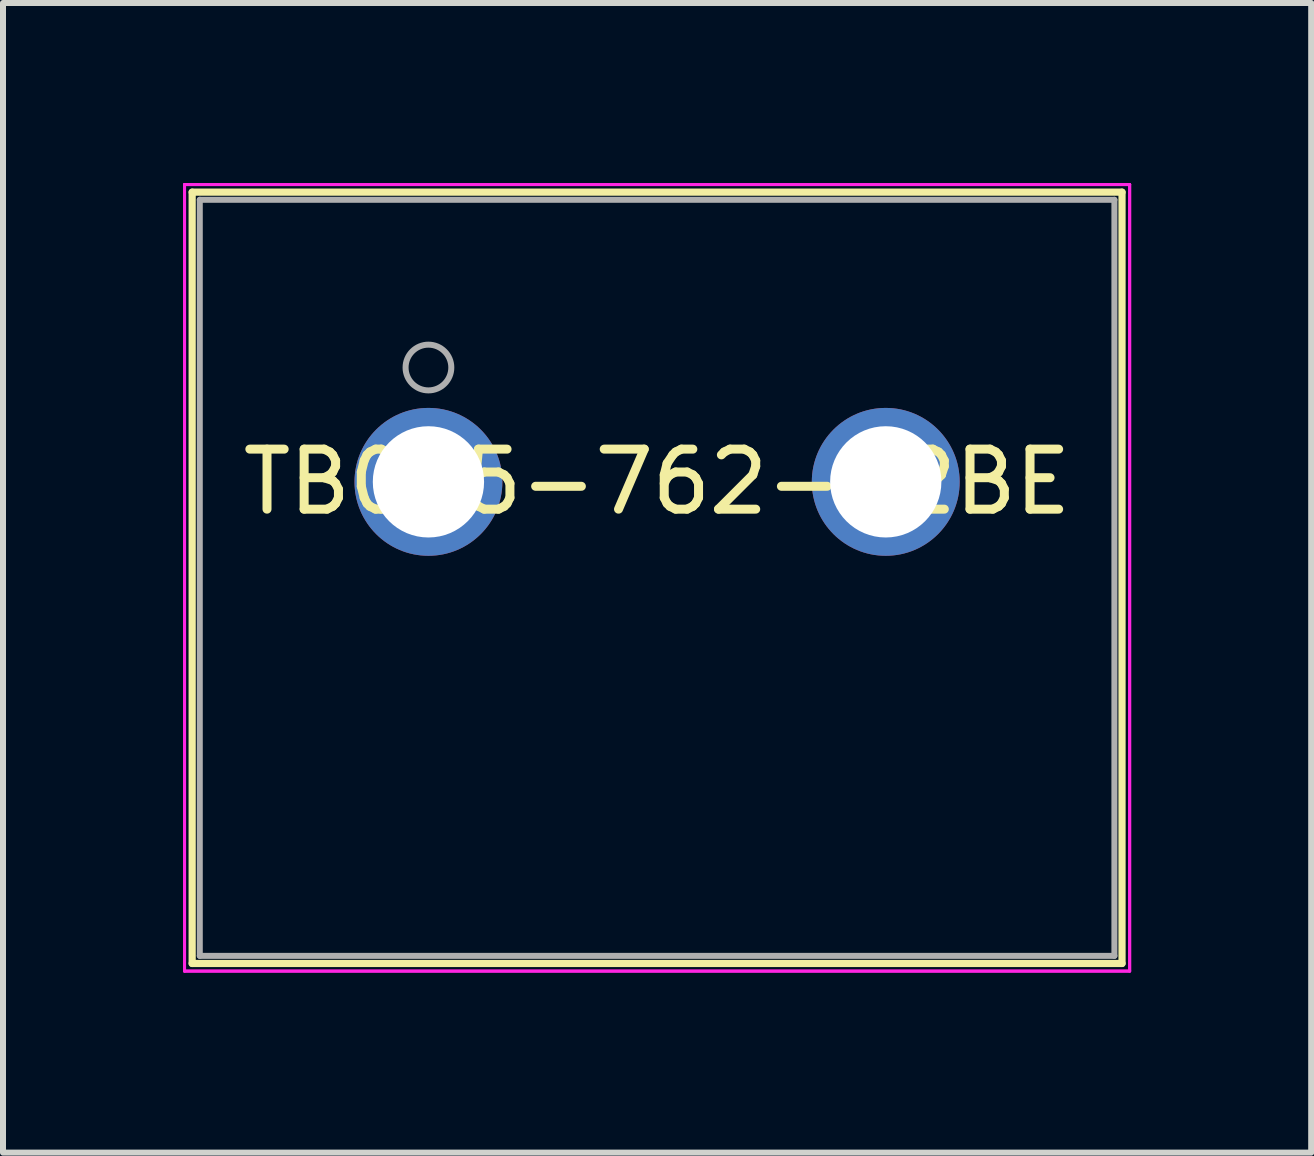
<source format=kicad_pcb>
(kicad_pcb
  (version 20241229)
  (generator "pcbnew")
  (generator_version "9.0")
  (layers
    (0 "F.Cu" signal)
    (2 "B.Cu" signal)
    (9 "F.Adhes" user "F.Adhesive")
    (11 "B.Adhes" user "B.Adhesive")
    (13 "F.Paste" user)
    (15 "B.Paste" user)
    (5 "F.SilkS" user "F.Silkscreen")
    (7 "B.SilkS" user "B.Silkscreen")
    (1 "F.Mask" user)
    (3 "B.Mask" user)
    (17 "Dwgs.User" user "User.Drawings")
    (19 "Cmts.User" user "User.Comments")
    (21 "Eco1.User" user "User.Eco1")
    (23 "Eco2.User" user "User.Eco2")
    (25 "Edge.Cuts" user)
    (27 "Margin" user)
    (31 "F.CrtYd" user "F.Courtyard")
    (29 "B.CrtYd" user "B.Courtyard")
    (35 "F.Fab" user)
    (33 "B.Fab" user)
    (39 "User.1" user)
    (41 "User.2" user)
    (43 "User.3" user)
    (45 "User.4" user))
  (footprint "TB005-762-02BE"
    (layer "F.Cu")
    (at 4.089 4.979)
    (property "Reference" "TB005-762-02BE" (at 3.81 0 0) (layer "F.SilkS") (effects (font (size 1 1) (thickness 0.15))))
    (attr through_hole)
    (fp_line (start -3.937 -4.827) (end -3.937 8.025) (stroke (width 0.12) (type solid)) (layer "F.SilkS"))
    (fp_line (start -3.937 8.025) (end 11.557 8.025) (stroke (width 0.12) (type solid)) (layer "F.SilkS"))
    (fp_line (start 11.557 -4.827) (end -3.937 -4.827) (stroke (width 0.12) (type solid)) (layer "F.SilkS"))
    (fp_line (start 11.557 8.025) (end 11.557 -4.827) (stroke (width 0.12) (type solid)) (layer "F.SilkS"))
    (fp_line (start -4.064 -4.954) (end -4.064 8.152) (stroke (width 0.05) (type solid)) (layer "F.CrtYd"))
    (fp_line (start -4.064 -4.954) (end -4.064 8.152) (stroke (width 0.05) (type solid)) (layer "F.CrtYd"))
    (fp_line (start -4.064 8.152) (end 11.684 8.152) (stroke (width 0.05) (type solid)) (layer "F.CrtYd"))
    (fp_line (start -4.064 8.152) (end 11.684 8.152) (stroke (width 0.05) (type solid)) (layer "F.CrtYd"))
    (fp_line (start 11.684 -4.954) (end -4.064 -4.954) (stroke (width 0.05) (type solid)) (layer "F.CrtYd"))
    (fp_line (start 11.684 -4.954) (end -4.064 -4.954) (stroke (width 0.05) (type solid)) (layer "F.CrtYd"))
    (fp_line (start 11.684 8.152) (end 11.684 -4.954) (stroke (width 0.05) (type solid)) (layer "F.CrtYd"))
    (fp_line (start 11.684 8.152) (end 11.684 -4.954) (stroke (width 0.05) (type solid)) (layer "F.CrtYd"))
    (fp_line (start -3.81 -4.7) (end -3.81 7.898) (stroke (width 0.1) (type solid)) (layer "F.Fab"))
    (fp_line (start -3.81 7.898) (end 11.43 7.898) (stroke (width 0.1) (type solid)) (layer "F.Fab"))
    (fp_line (start 11.43 -4.7) (end -3.81 -4.7) (stroke (width 0.1) (type solid)) (layer "F.Fab"))
    (fp_line (start 11.43 7.898) (end 11.43 -4.7) (stroke (width 0.1) (type solid)) (layer "F.Fab"))
    (fp_circle (center 0 -1.905) (end 0.381 -1.905) (stroke (width 0.1) (type solid)) (fill no) (layer "F.Fab"))
    (fp_text user "*" (at 0 0 0) (layer "F.SilkS") (effects (font (size 1 1) (thickness 0.15))))
    (fp_text user "*" (at 0 0 0) (layer "F.Fab") (effects (font (size 1 1) (thickness 0.15))))
    (pad "1" thru_hole circle (at 0 0) (size 2.464 2.464) (drill 1.854) (layers "*.Cu" "*.Mask"))
    (pad "2" thru_hole circle (at 7.62 0) (size 2.464 2.464) (drill 1.854) (layers "*.Cu" "*.Mask")))
  (gr_rect
    (start -3 -3)
    (end 18.798 16.156)
    (stroke (width 0.1) (type default))
    (fill no)
    (layer "Edge.Cuts")))
</source>
